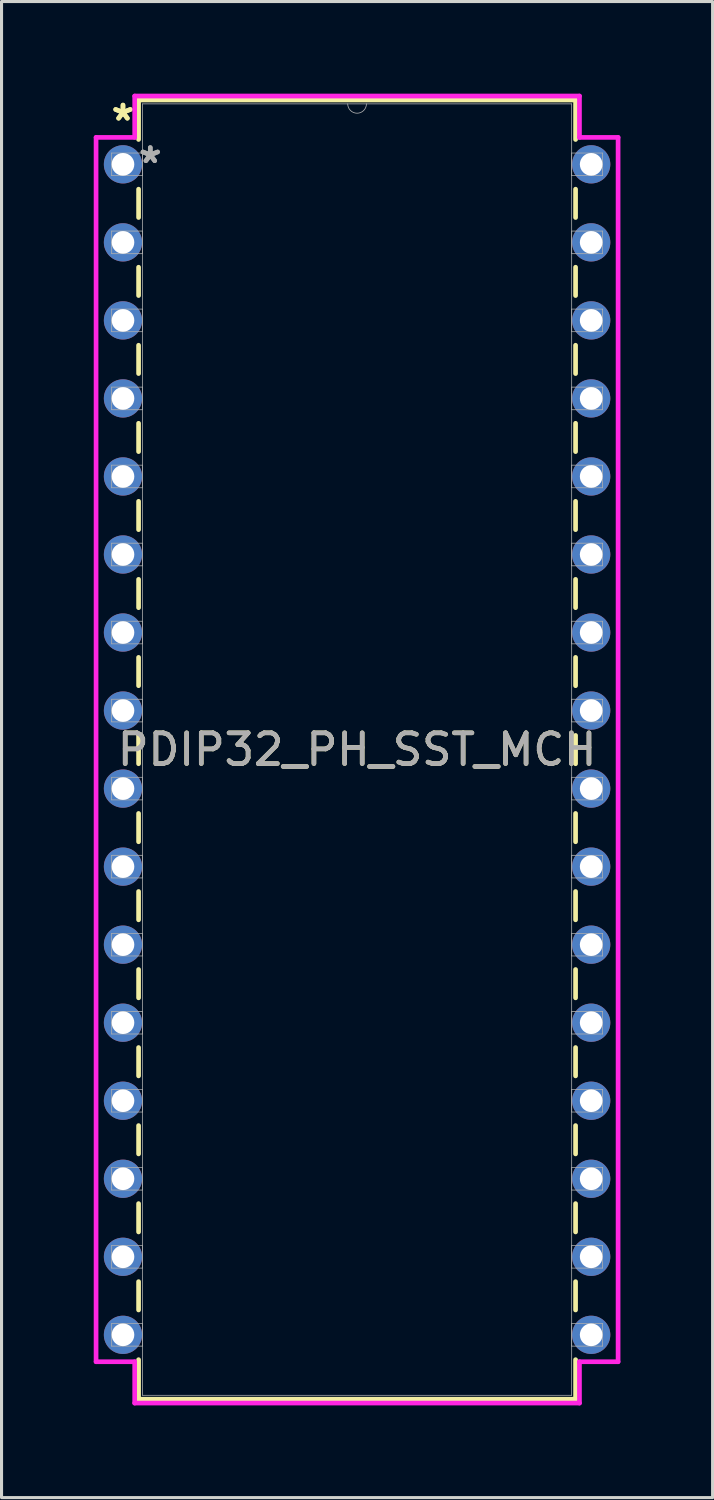
<source format=kicad_pcb>
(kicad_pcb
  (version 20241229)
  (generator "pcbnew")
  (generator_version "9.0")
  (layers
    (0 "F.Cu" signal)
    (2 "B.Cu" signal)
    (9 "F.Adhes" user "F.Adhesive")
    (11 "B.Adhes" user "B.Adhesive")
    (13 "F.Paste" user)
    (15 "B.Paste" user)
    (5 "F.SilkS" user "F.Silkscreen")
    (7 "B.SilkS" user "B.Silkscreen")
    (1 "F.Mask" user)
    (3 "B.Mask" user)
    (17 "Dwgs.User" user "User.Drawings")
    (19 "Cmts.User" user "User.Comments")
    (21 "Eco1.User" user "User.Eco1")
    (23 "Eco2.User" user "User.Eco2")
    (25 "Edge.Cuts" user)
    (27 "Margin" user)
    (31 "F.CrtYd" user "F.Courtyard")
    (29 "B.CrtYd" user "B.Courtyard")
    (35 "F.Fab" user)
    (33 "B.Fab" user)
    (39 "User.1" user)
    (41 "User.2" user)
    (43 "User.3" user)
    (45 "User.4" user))
  (footprint "PDIP32_PH_SST_MCH"
    (layer "F.Cu")
    (at 0.953 2.299)
    (property "Reference" "PDIP32_PH_SST_MCH" (at 7.62 19.05 0) (unlocked yes) (layer "F.SilkS") (effects (font (size 1 1) (thickness 0.15))))
    (attr through_hole)
    (fp_line (start 0.508 -2.095) (end 0.508 -0.809) (stroke (width 0.152) (type solid)) (layer "F.SilkS"))
    (fp_line (start 0.508 0.809) (end 0.508 1.731) (stroke (width 0.152) (type solid)) (layer "F.SilkS"))
    (fp_line (start 0.508 3.349) (end 0.508 4.271) (stroke (width 0.152) (type solid)) (layer "F.SilkS"))
    (fp_line (start 0.508 5.889) (end 0.508 6.811) (stroke (width 0.152) (type solid)) (layer "F.SilkS"))
    (fp_line (start 0.508 8.429) (end 0.508 9.351) (stroke (width 0.152) (type solid)) (layer "F.SilkS"))
    (fp_line (start 0.508 10.969) (end 0.508 11.891) (stroke (width 0.152) (type solid)) (layer "F.SilkS"))
    (fp_line (start 0.508 13.509) (end 0.508 14.431) (stroke (width 0.152) (type solid)) (layer "F.SilkS"))
    (fp_line (start 0.508 16.049) (end 0.508 16.971) (stroke (width 0.152) (type solid)) (layer "F.SilkS"))
    (fp_line (start 0.508 18.589) (end 0.508 19.511) (stroke (width 0.152) (type solid)) (layer "F.SilkS"))
    (fp_line (start 0.508 21.129) (end 0.508 22.051) (stroke (width 0.152) (type solid)) (layer "F.SilkS"))
    (fp_line (start 0.508 23.669) (end 0.508 24.591) (stroke (width 0.152) (type solid)) (layer "F.SilkS"))
    (fp_line (start 0.508 26.209) (end 0.508 27.131) (stroke (width 0.152) (type solid)) (layer "F.SilkS"))
    (fp_line (start 0.508 28.749) (end 0.508 29.671) (stroke (width 0.152) (type solid)) (layer "F.SilkS"))
    (fp_line (start 0.508 31.289) (end 0.508 32.211) (stroke (width 0.152) (type solid)) (layer "F.SilkS"))
    (fp_line (start 0.508 33.829) (end 0.508 34.751) (stroke (width 0.152) (type solid)) (layer "F.SilkS"))
    (fp_line (start 0.508 36.369) (end 0.508 37.291) (stroke (width 0.152) (type solid)) (layer "F.SilkS"))
    (fp_line (start 0.508 38.909) (end 0.508 40.196) (stroke (width 0.152) (type solid)) (layer "F.SilkS"))
    (fp_line (start 0.508 40.196) (end 14.732 40.196) (stroke (width 0.152) (type solid)) (layer "F.SilkS"))
    (fp_line (start 14.732 -2.095) (end 0.508 -2.095) (stroke (width 0.152) (type solid)) (layer "F.SilkS"))
    (fp_line (start 14.732 -0.809) (end 14.732 -2.095) (stroke (width 0.152) (type solid)) (layer "F.SilkS"))
    (fp_line (start 14.732 1.731) (end 14.732 0.809) (stroke (width 0.152) (type solid)) (layer "F.SilkS"))
    (fp_line (start 14.732 4.271) (end 14.732 3.349) (stroke (width 0.152) (type solid)) (layer "F.SilkS"))
    (fp_line (start 14.732 6.811) (end 14.732 5.889) (stroke (width 0.152) (type solid)) (layer "F.SilkS"))
    (fp_line (start 14.732 9.351) (end 14.732 8.429) (stroke (width 0.152) (type solid)) (layer "F.SilkS"))
    (fp_line (start 14.732 11.891) (end 14.732 10.969) (stroke (width 0.152) (type solid)) (layer "F.SilkS"))
    (fp_line (start 14.732 14.431) (end 14.732 13.509) (stroke (width 0.152) (type solid)) (layer "F.SilkS"))
    (fp_line (start 14.732 16.971) (end 14.732 16.049) (stroke (width 0.152) (type solid)) (layer "F.SilkS"))
    (fp_line (start 14.732 19.511) (end 14.732 18.589) (stroke (width 0.152) (type solid)) (layer "F.SilkS"))
    (fp_line (start 14.732 22.051) (end 14.732 21.129) (stroke (width 0.152) (type solid)) (layer "F.SilkS"))
    (fp_line (start 14.732 24.591) (end 14.732 23.669) (stroke (width 0.152) (type solid)) (layer "F.SilkS"))
    (fp_line (start 14.732 27.131) (end 14.732 26.209) (stroke (width 0.152) (type solid)) (layer "F.SilkS"))
    (fp_line (start 14.732 29.671) (end 14.732 28.749) (stroke (width 0.152) (type solid)) (layer "F.SilkS"))
    (fp_line (start 14.732 32.211) (end 14.732 31.289) (stroke (width 0.152) (type solid)) (layer "F.SilkS"))
    (fp_line (start 14.732 34.751) (end 14.732 33.829) (stroke (width 0.152) (type solid)) (layer "F.SilkS"))
    (fp_line (start 14.732 37.291) (end 14.732 36.369) (stroke (width 0.152) (type solid)) (layer "F.SilkS"))
    (fp_line (start 14.732 40.196) (end 14.732 38.909) (stroke (width 0.152) (type solid)) (layer "F.SilkS"))
    (fp_line (start -0.876 -0.876) (end 0.381 -0.876) (stroke (width 0.152) (type solid)) (layer "F.CrtYd"))
    (fp_line (start -0.876 38.976) (end -0.876 -0.876) (stroke (width 0.152) (type solid)) (layer "F.CrtYd"))
    (fp_line (start 0.381 -2.223) (end 14.859 -2.223) (stroke (width 0.152) (type solid)) (layer "F.CrtYd"))
    (fp_line (start 0.381 -0.876) (end 0.381 -2.223) (stroke (width 0.152) (type solid)) (layer "F.CrtYd"))
    (fp_line (start 0.381 38.976) (end -0.876 38.976) (stroke (width 0.152) (type solid)) (layer "F.CrtYd"))
    (fp_line (start 0.381 40.322) (end 0.381 38.976) (stroke (width 0.152) (type solid)) (layer "F.CrtYd"))
    (fp_line (start 14.859 -2.223) (end 14.859 -0.876) (stroke (width 0.152) (type solid)) (layer "F.CrtYd"))
    (fp_line (start 14.859 38.976) (end 14.859 40.322) (stroke (width 0.152) (type solid)) (layer "F.CrtYd"))
    (fp_line (start 14.859 40.322) (end 0.381 40.322) (stroke (width 0.152) (type solid)) (layer "F.CrtYd"))
    (fp_line (start 16.116 -0.876) (end 14.859 -0.876) (stroke (width 0.152) (type solid)) (layer "F.CrtYd"))
    (fp_line (start 16.116 -0.876) (end 16.116 38.976) (stroke (width 0.152) (type solid)) (layer "F.CrtYd"))
    (fp_line (start 16.116 38.976) (end 14.859 38.976) (stroke (width 0.152) (type solid)) (layer "F.CrtYd"))
    (fp_line (start -0.368 -0.368) (end -0.368 0.368) (stroke (width 0.025) (type solid)) (layer "F.Fab"))
    (fp_line (start -0.368 0.368) (end 0.635 0.368) (stroke (width 0.025) (type solid)) (layer "F.Fab"))
    (fp_line (start -0.368 2.172) (end -0.368 2.908) (stroke (width 0.025) (type solid)) (layer "F.Fab"))
    (fp_line (start -0.368 2.908) (end 0.635 2.908) (stroke (width 0.025) (type solid)) (layer "F.Fab"))
    (fp_line (start -0.368 4.712) (end -0.368 5.448) (stroke (width 0.025) (type solid)) (layer "F.Fab"))
    (fp_line (start -0.368 5.448) (end 0.635 5.448) (stroke (width 0.025) (type solid)) (layer "F.Fab"))
    (fp_line (start -0.368 7.252) (end -0.368 7.988) (stroke (width 0.025) (type solid)) (layer "F.Fab"))
    (fp_line (start -0.368 7.988) (end 0.635 7.988) (stroke (width 0.025) (type solid)) (layer "F.Fab"))
    (fp_line (start -0.368 9.792) (end -0.368 10.528) (stroke (width 0.025) (type solid)) (layer "F.Fab"))
    (fp_line (start -0.368 10.528) (end 0.635 10.528) (stroke (width 0.025) (type solid)) (layer "F.Fab"))
    (fp_line (start -0.368 12.332) (end -0.368 13.068) (stroke (width 0.025) (type solid)) (layer "F.Fab"))
    (fp_line (start -0.368 13.068) (end 0.635 13.068) (stroke (width 0.025) (type solid)) (layer "F.Fab"))
    (fp_line (start -0.368 14.872) (end -0.368 15.608) (stroke (width 0.025) (type solid)) (layer "F.Fab"))
    (fp_line (start -0.368 15.608) (end 0.635 15.608) (stroke (width 0.025) (type solid)) (layer "F.Fab"))
    (fp_line (start -0.368 17.412) (end -0.368 18.148) (stroke (width 0.025) (type solid)) (layer "F.Fab"))
    (fp_line (start -0.368 18.148) (end 0.635 18.148) (stroke (width 0.025) (type solid)) (layer "F.Fab"))
    (fp_line (start -0.368 19.952) (end -0.368 20.688) (stroke (width 0.025) (type solid)) (layer "F.Fab"))
    (fp_line (start -0.368 20.688) (end 0.635 20.688) (stroke (width 0.025) (type solid)) (layer "F.Fab"))
    (fp_line (start -0.368 22.492) (end -0.368 23.228) (stroke (width 0.025) (type solid)) (layer "F.Fab"))
    (fp_line (start -0.368 23.228) (end 0.635 23.228) (stroke (width 0.025) (type solid)) (layer "F.Fab"))
    (fp_line (start -0.368 25.032) (end -0.368 25.768) (stroke (width 0.025) (type solid)) (layer "F.Fab"))
    (fp_line (start -0.368 25.768) (end 0.635 25.768) (stroke (width 0.025) (type solid)) (layer "F.Fab"))
    (fp_line (start -0.368 27.572) (end -0.368 28.308) (stroke (width 0.025) (type solid)) (layer "F.Fab"))
    (fp_line (start -0.368 28.308) (end 0.635 28.308) (stroke (width 0.025) (type solid)) (layer "F.Fab"))
    (fp_line (start -0.368 30.112) (end -0.368 30.848) (stroke (width 0.025) (type solid)) (layer "F.Fab"))
    (fp_line (start -0.368 30.848) (end 0.635 30.848) (stroke (width 0.025) (type solid)) (layer "F.Fab"))
    (fp_line (start -0.368 32.652) (end -0.368 33.388) (stroke (width 0.025) (type solid)) (layer "F.Fab"))
    (fp_line (start -0.368 33.388) (end 0.635 33.388) (stroke (width 0.025) (type solid)) (layer "F.Fab"))
    (fp_line (start -0.368 35.192) (end -0.368 35.928) (stroke (width 0.025) (type solid)) (layer "F.Fab"))
    (fp_line (start -0.368 35.928) (end 0.635 35.928) (stroke (width 0.025) (type solid)) (layer "F.Fab"))
    (fp_line (start -0.368 37.732) (end -0.368 38.468) (stroke (width 0.025) (type solid)) (layer "F.Fab"))
    (fp_line (start -0.368 38.468) (end 0.635 38.468) (stroke (width 0.025) (type solid)) (layer "F.Fab"))
    (fp_line (start 0.635 -1.968) (end 0.635 40.069) (stroke (width 0.025) (type solid)) (layer "F.Fab"))
    (fp_line (start 0.635 -0.368) (end -0.368 -0.368) (stroke (width 0.025) (type solid)) (layer "F.Fab"))
    (fp_line (start 0.635 0.368) (end 0.635 -0.368) (stroke (width 0.025) (type solid)) (layer "F.Fab"))
    (fp_line (start 0.635 2.172) (end -0.368 2.172) (stroke (width 0.025) (type solid)) (layer "F.Fab"))
    (fp_line (start 0.635 2.908) (end 0.635 2.172) (stroke (width 0.025) (type solid)) (layer "F.Fab"))
    (fp_line (start 0.635 4.712) (end -0.368 4.712) (stroke (width 0.025) (type solid)) (layer "F.Fab"))
    (fp_line (start 0.635 5.448) (end 0.635 4.712) (stroke (width 0.025) (type solid)) (layer "F.Fab"))
    (fp_line (start 0.635 7.252) (end -0.368 7.252) (stroke (width 0.025) (type solid)) (layer "F.Fab"))
    (fp_line (start 0.635 7.988) (end 0.635 7.252) (stroke (width 0.025) (type solid)) (layer "F.Fab"))
    (fp_line (start 0.635 9.792) (end -0.368 9.792) (stroke (width 0.025) (type solid)) (layer "F.Fab"))
    (fp_line (start 0.635 10.528) (end 0.635 9.792) (stroke (width 0.025) (type solid)) (layer "F.Fab"))
    (fp_line (start 0.635 12.332) (end -0.368 12.332) (stroke (width 0.025) (type solid)) (layer "F.Fab"))
    (fp_line (start 0.635 13.068) (end 0.635 12.332) (stroke (width 0.025) (type solid)) (layer "F.Fab"))
    (fp_line (start 0.635 14.872) (end -0.368 14.872) (stroke (width 0.025) (type solid)) (layer "F.Fab"))
    (fp_line (start 0.635 15.608) (end 0.635 14.872) (stroke (width 0.025) (type solid)) (layer "F.Fab"))
    (fp_line (start 0.635 17.412) (end -0.368 17.412) (stroke (width 0.025) (type solid)) (layer "F.Fab"))
    (fp_line (start 0.635 18.148) (end 0.635 17.412) (stroke (width 0.025) (type solid)) (layer "F.Fab"))
    (fp_line (start 0.635 19.952) (end -0.368 19.952) (stroke (width 0.025) (type solid)) (layer "F.Fab"))
    (fp_line (start 0.635 20.688) (end 0.635 19.952) (stroke (width 0.025) (type solid)) (layer "F.Fab"))
    (fp_line (start 0.635 22.492) (end -0.368 22.492) (stroke (width 0.025) (type solid)) (layer "F.Fab"))
    (fp_line (start 0.635 23.228) (end 0.635 22.492) (stroke (width 0.025) (type solid)) (layer "F.Fab"))
    (fp_line (start 0.635 25.032) (end -0.368 25.032) (stroke (width 0.025) (type solid)) (layer "F.Fab"))
    (fp_line (start 0.635 25.768) (end 0.635 25.032) (stroke (width 0.025) (type solid)) (layer "F.Fab"))
    (fp_line (start 0.635 27.572) (end -0.368 27.572) (stroke (width 0.025) (type solid)) (layer "F.Fab"))
    (fp_line (start 0.635 28.308) (end 0.635 27.572) (stroke (width 0.025) (type solid)) (layer "F.Fab"))
    (fp_line (start 0.635 30.112) (end -0.368 30.112) (stroke (width 0.025) (type solid)) (layer "F.Fab"))
    (fp_line (start 0.635 30.848) (end 0.635 30.112) (stroke (width 0.025) (type solid)) (layer "F.Fab"))
    (fp_line (start 0.635 32.652) (end -0.368 32.652) (stroke (width 0.025) (type solid)) (layer "F.Fab"))
    (fp_line (start 0.635 33.388) (end 0.635 32.652) (stroke (width 0.025) (type solid)) (layer "F.Fab"))
    (fp_line (start 0.635 35.192) (end -0.368 35.192) (stroke (width 0.025) (type solid)) (layer "F.Fab"))
    (fp_line (start 0.635 35.928) (end 0.635 35.192) (stroke (width 0.025) (type solid)) (layer "F.Fab"))
    (fp_line (start 0.635 37.732) (end -0.368 37.732) (stroke (width 0.025) (type solid)) (layer "F.Fab"))
    (fp_line (start 0.635 38.468) (end 0.635 37.732) (stroke (width 0.025) (type solid)) (layer "F.Fab"))
    (fp_line (start 0.635 40.069) (end 14.605 40.069) (stroke (width 0.025) (type solid)) (layer "F.Fab"))
    (fp_line (start 14.605 -1.968) (end 0.635 -1.968) (stroke (width 0.025) (type solid)) (layer "F.Fab"))
    (fp_line (start 14.605 -0.368) (end 14.605 0.368) (stroke (width 0.025) (type solid)) (layer "F.Fab"))
    (fp_line (start 14.605 0.368) (end 15.608 0.368) (stroke (width 0.025) (type solid)) (layer "F.Fab"))
    (fp_line (start 14.605 2.172) (end 14.605 2.908) (stroke (width 0.025) (type solid)) (layer "F.Fab"))
    (fp_line (start 14.605 2.908) (end 15.608 2.908) (stroke (width 0.025) (type solid)) (layer "F.Fab"))
    (fp_line (start 14.605 4.712) (end 14.605 5.448) (stroke (width 0.025) (type solid)) (layer "F.Fab"))
    (fp_line (start 14.605 5.448) (end 15.608 5.448) (stroke (width 0.025) (type solid)) (layer "F.Fab"))
    (fp_line (start 14.605 7.252) (end 14.605 7.988) (stroke (width 0.025) (type solid)) (layer "F.Fab"))
    (fp_line (start 14.605 7.988) (end 15.608 7.988) (stroke (width 0.025) (type solid)) (layer "F.Fab"))
    (fp_line (start 14.605 9.792) (end 14.605 10.528) (stroke (width 0.025) (type solid)) (layer "F.Fab"))
    (fp_line (start 14.605 10.528) (end 15.608 10.528) (stroke (width 0.025) (type solid)) (layer "F.Fab"))
    (fp_line (start 14.605 12.332) (end 14.605 13.068) (stroke (width 0.025) (type solid)) (layer "F.Fab"))
    (fp_line (start 14.605 13.068) (end 15.608 13.068) (stroke (width 0.025) (type solid)) (layer "F.Fab"))
    (fp_line (start 14.605 14.872) (end 14.605 15.608) (stroke (width 0.025) (type solid)) (layer "F.Fab"))
    (fp_line (start 14.605 15.608) (end 15.608 15.608) (stroke (width 0.025) (type solid)) (layer "F.Fab"))
    (fp_line (start 14.605 17.412) (end 14.605 18.148) (stroke (width 0.025) (type solid)) (layer "F.Fab"))
    (fp_line (start 14.605 18.148) (end 15.608 18.148) (stroke (width 0.025) (type solid)) (layer "F.Fab"))
    (fp_line (start 14.605 19.952) (end 14.605 20.688) (stroke (width 0.025) (type solid)) (layer "F.Fab"))
    (fp_line (start 14.605 20.688) (end 15.608 20.688) (stroke (width 0.025) (type solid)) (layer "F.Fab"))
    (fp_line (start 14.605 22.492) (end 14.605 23.228) (stroke (width 0.025) (type solid)) (layer "F.Fab"))
    (fp_line (start 14.605 23.228) (end 15.608 23.228) (stroke (width 0.025) (type solid)) (layer "F.Fab"))
    (fp_line (start 14.605 25.032) (end 14.605 25.768) (stroke (width 0.025) (type solid)) (layer "F.Fab"))
    (fp_line (start 14.605 25.768) (end 15.608 25.768) (stroke (width 0.025) (type solid)) (layer "F.Fab"))
    (fp_line (start 14.605 27.572) (end 14.605 28.308) (stroke (width 0.025) (type solid)) (layer "F.Fab"))
    (fp_line (start 14.605 28.308) (end 15.608 28.308) (stroke (width 0.025) (type solid)) (layer "F.Fab"))
    (fp_line (start 14.605 30.112) (end 14.605 30.848) (stroke (width 0.025) (type solid)) (layer "F.Fab"))
    (fp_line (start 14.605 30.848) (end 15.608 30.848) (stroke (width 0.025) (type solid)) (layer "F.Fab"))
    (fp_line (start 14.605 32.652) (end 14.605 33.388) (stroke (width 0.025) (type solid)) (layer "F.Fab"))
    (fp_line (start 14.605 33.388) (end 15.608 33.388) (stroke (width 0.025) (type solid)) (layer "F.Fab"))
    (fp_line (start 14.605 35.192) (end 14.605 35.928) (stroke (width 0.025) (type solid)) (layer "F.Fab"))
    (fp_line (start 14.605 35.928) (end 15.608 35.928) (stroke (width 0.025) (type solid)) (layer "F.Fab"))
    (fp_line (start 14.605 37.732) (end 14.605 38.468) (stroke (width 0.025) (type solid)) (layer "F.Fab"))
    (fp_line (start 14.605 38.468) (end 15.608 38.468) (stroke (width 0.025) (type solid)) (layer "F.Fab"))
    (fp_line (start 14.605 40.069) (end 14.605 -1.968) (stroke (width 0.025) (type solid)) (layer "F.Fab"))
    (fp_line (start 15.608 -0.368) (end 14.605 -0.368) (stroke (width 0.025) (type solid)) (layer "F.Fab"))
    (fp_line (start 15.608 0.368) (end 15.608 -0.368) (stroke (width 0.025) (type solid)) (layer "F.Fab"))
    (fp_line (start 15.608 2.172) (end 14.605 2.172) (stroke (width 0.025) (type solid)) (layer "F.Fab"))
    (fp_line (start 15.608 2.908) (end 15.608 2.172) (stroke (width 0.025) (type solid)) (layer "F.Fab"))
    (fp_line (start 15.608 4.712) (end 14.605 4.712) (stroke (width 0.025) (type solid)) (layer "F.Fab"))
    (fp_line (start 15.608 5.448) (end 15.608 4.712) (stroke (width 0.025) (type solid)) (layer "F.Fab"))
    (fp_line (start 15.608 7.252) (end 14.605 7.252) (stroke (width 0.025) (type solid)) (layer "F.Fab"))
    (fp_line (start 15.608 7.988) (end 15.608 7.252) (stroke (width 0.025) (type solid)) (layer "F.Fab"))
    (fp_line (start 15.608 9.792) (end 14.605 9.792) (stroke (width 0.025) (type solid)) (layer "F.Fab"))
    (fp_line (start 15.608 10.528) (end 15.608 9.792) (stroke (width 0.025) (type solid)) (layer "F.Fab"))
    (fp_line (start 15.608 12.332) (end 14.605 12.332) (stroke (width 0.025) (type solid)) (layer "F.Fab"))
    (fp_line (start 15.608 13.068) (end 15.608 12.332) (stroke (width 0.025) (type solid)) (layer "F.Fab"))
    (fp_line (start 15.608 14.872) (end 14.605 14.872) (stroke (width 0.025) (type solid)) (layer "F.Fab"))
    (fp_line (start 15.608 15.608) (end 15.608 14.872) (stroke (width 0.025) (type solid)) (layer "F.Fab"))
    (fp_line (start 15.608 17.412) (end 14.605 17.412) (stroke (width 0.025) (type solid)) (layer "F.Fab"))
    (fp_line (start 15.608 18.148) (end 15.608 17.412) (stroke (width 0.025) (type solid)) (layer "F.Fab"))
    (fp_line (start 15.608 19.952) (end 14.605 19.952) (stroke (width 0.025) (type solid)) (layer "F.Fab"))
    (fp_line (start 15.608 20.688) (end 15.608 19.952) (stroke (width 0.025) (type solid)) (layer "F.Fab"))
    (fp_line (start 15.608 22.492) (end 14.605 22.492) (stroke (width 0.025) (type solid)) (layer "F.Fab"))
    (fp_line (start 15.608 23.228) (end 15.608 22.492) (stroke (width 0.025) (type solid)) (layer "F.Fab"))
    (fp_line (start 15.608 25.032) (end 14.605 25.032) (stroke (width 0.025) (type solid)) (layer "F.Fab"))
    (fp_line (start 15.608 25.768) (end 15.608 25.032) (stroke (width 0.025) (type solid)) (layer "F.Fab"))
    (fp_line (start 15.608 27.572) (end 14.605 27.572) (stroke (width 0.025) (type solid)) (layer "F.Fab"))
    (fp_line (start 15.608 28.308) (end 15.608 27.572) (stroke (width 0.025) (type solid)) (layer "F.Fab"))
    (fp_line (start 15.608 30.112) (end 14.605 30.112) (stroke (width 0.025) (type solid)) (layer "F.Fab"))
    (fp_line (start 15.608 30.848) (end 15.608 30.112) (stroke (width 0.025) (type solid)) (layer "F.Fab"))
    (fp_line (start 15.608 32.652) (end 14.605 32.652) (stroke (width 0.025) (type solid)) (layer "F.Fab"))
    (fp_line (start 15.608 33.388) (end 15.608 32.652) (stroke (width 0.025) (type solid)) (layer "F.Fab"))
    (fp_line (start 15.608 35.192) (end 14.605 35.192) (stroke (width 0.025) (type solid)) (layer "F.Fab"))
    (fp_line (start 15.608 35.928) (end 15.608 35.192) (stroke (width 0.025) (type solid)) (layer "F.Fab"))
    (fp_line (start 15.608 37.732) (end 14.605 37.732) (stroke (width 0.025) (type solid)) (layer "F.Fab"))
    (fp_line (start 15.608 38.468) (end 15.608 37.732) (stroke (width 0.025) (type solid)) (layer "F.Fab"))
    (fp_arc (start 7.9248 -1.9685) (mid 7.62 -1.6637) (end 7.3152 -1.9685) (stroke (width 0.0254) (type solid)) (layer "F.Fab"))
    (fp_text user "*" (at 0 -1.384 0) (unlocked yes) (layer "F.SilkS") (effects (font (size 1 1) (thickness 0.15))))
    (fp_text user "*" (at 0 -1.384 0) (layer "F.SilkS") (effects (font (size 1 1) (thickness 0.15))))
    (fp_text user "${REFERENCE}" (at 7.62 19.05 0) (unlocked yes) (layer "F.Fab") (effects (font (size 1 1) (thickness 0.15))))
    (fp_text user "*" (at 0.889 0 0) (layer "F.Fab") (effects (font (size 1 1) (thickness 0.15))))
    (fp_text user "*" (at 0.889 0 0) (unlocked yes) (layer "F.Fab") (effects (font (size 1 1) (thickness 0.15))))
    (pad "1" thru_hole circle (at 0 0) (size 1.245 1.245) (drill 0.737) (layers "*.Cu" "*.Mask"))
    (pad "2" thru_hole circle (at 0 2.54) (size 1.245 1.245) (drill 0.737) (layers "*.Cu" "*.Mask"))
    (pad "3" thru_hole circle (at 0 5.08) (size 1.245 1.245) (drill 0.737) (layers "*.Cu" "*.Mask"))
    (pad "4" thru_hole circle (at 0 7.62) (size 1.245 1.245) (drill 0.737) (layers "*.Cu" "*.Mask"))
    (pad "5" thru_hole circle (at 0 10.16) (size 1.245 1.245) (drill 0.737) (layers "*.Cu" "*.Mask"))
    (pad "6" thru_hole circle (at 0 12.7) (size 1.245 1.245) (drill 0.737) (layers "*.Cu" "*.Mask"))
    (pad "7" thru_hole circle (at 0 15.24) (size 1.245 1.245) (drill 0.737) (layers "*.Cu" "*.Mask"))
    (pad "8" thru_hole circle (at 0 17.78) (size 1.245 1.245) (drill 0.737) (layers "*.Cu" "*.Mask"))
    (pad "9" thru_hole circle (at 0 20.32) (size 1.245 1.245) (drill 0.737) (layers "*.Cu" "*.Mask"))
    (pad "10" thru_hole circle (at 0 22.86) (size 1.245 1.245) (drill 0.737) (layers "*.Cu" "*.Mask"))
    (pad "11" thru_hole circle (at 0 25.4) (size 1.245 1.245) (drill 0.737) (layers "*.Cu" "*.Mask"))
    (pad "12" thru_hole circle (at 0 27.94) (size 1.245 1.245) (drill 0.737) (layers "*.Cu" "*.Mask"))
    (pad "13" thru_hole circle (at 0 30.48) (size 1.245 1.245) (drill 0.737) (layers "*.Cu" "*.Mask"))
    (pad "14" thru_hole circle (at 0 33.02) (size 1.245 1.245) (drill 0.737) (layers "*.Cu" "*.Mask"))
    (pad "15" thru_hole circle (at 0 35.56) (size 1.245 1.245) (drill 0.737) (layers "*.Cu" "*.Mask"))
    (pad "16" thru_hole circle (at 0 38.1) (size 1.245 1.245) (drill 0.737) (layers "*.Cu" "*.Mask"))
    (pad "17" thru_hole circle (at 15.24 38.1) (size 1.245 1.245) (drill 0.737) (layers "*.Cu" "*.Mask"))
    (pad "18" thru_hole circle (at 15.24 35.56) (size 1.245 1.245) (drill 0.737) (layers "*.Cu" "*.Mask"))
    (pad "19" thru_hole circle (at 15.24 33.02) (size 1.245 1.245) (drill 0.737) (layers "*.Cu" "*.Mask"))
    (pad "20" thru_hole circle (at 15.24 30.48) (size 1.245 1.245) (drill 0.737) (layers "*.Cu" "*.Mask"))
    (pad "21" thru_hole circle (at 15.24 27.94) (size 1.245 1.245) (drill 0.737) (layers "*.Cu" "*.Mask"))
    (pad "22" thru_hole circle (at 15.24 25.4) (size 1.245 1.245) (drill 0.737) (layers "*.Cu" "*.Mask"))
    (pad "23" thru_hole circle (at 15.24 22.86) (size 1.245 1.245) (drill 0.737) (layers "*.Cu" "*.Mask"))
    (pad "24" thru_hole circle (at 15.24 20.32) (size 1.245 1.245) (drill 0.737) (layers "*.Cu" "*.Mask"))
    (pad "25" thru_hole circle (at 15.24 17.78) (size 1.245 1.245) (drill 0.737) (layers "*.Cu" "*.Mask"))
    (pad "26" thru_hole circle (at 15.24 15.24) (size 1.245 1.245) (drill 0.737) (layers "*.Cu" "*.Mask"))
    (pad "27" thru_hole circle (at 15.24 12.7) (size 1.245 1.245) (drill 0.737) (layers "*.Cu" "*.Mask"))
    (pad "28" thru_hole circle (at 15.24 10.16) (size 1.245 1.245) (drill 0.737) (layers "*.Cu" "*.Mask"))
    (pad "29" thru_hole circle (at 15.24 7.62) (size 1.245 1.245) (drill 0.737) (layers "*.Cu" "*.Mask"))
    (pad "30" thru_hole circle (at 15.24 5.08) (size 1.245 1.245) (drill 0.737) (layers "*.Cu" "*.Mask"))
    (pad "31" thru_hole circle (at 15.24 2.54) (size 1.245 1.245) (drill 0.737) (layers "*.Cu" "*.Mask"))
    (pad "32" thru_hole circle (at 15.24 0) (size 1.245 1.245) (drill 0.737) (layers "*.Cu" "*.Mask")))
  (gr_rect
    (start -3 -3)
    (end 20.145 45.697)
    (stroke (width 0.1) (type default))
    (fill no)
    (layer "Edge.Cuts")))
</source>
